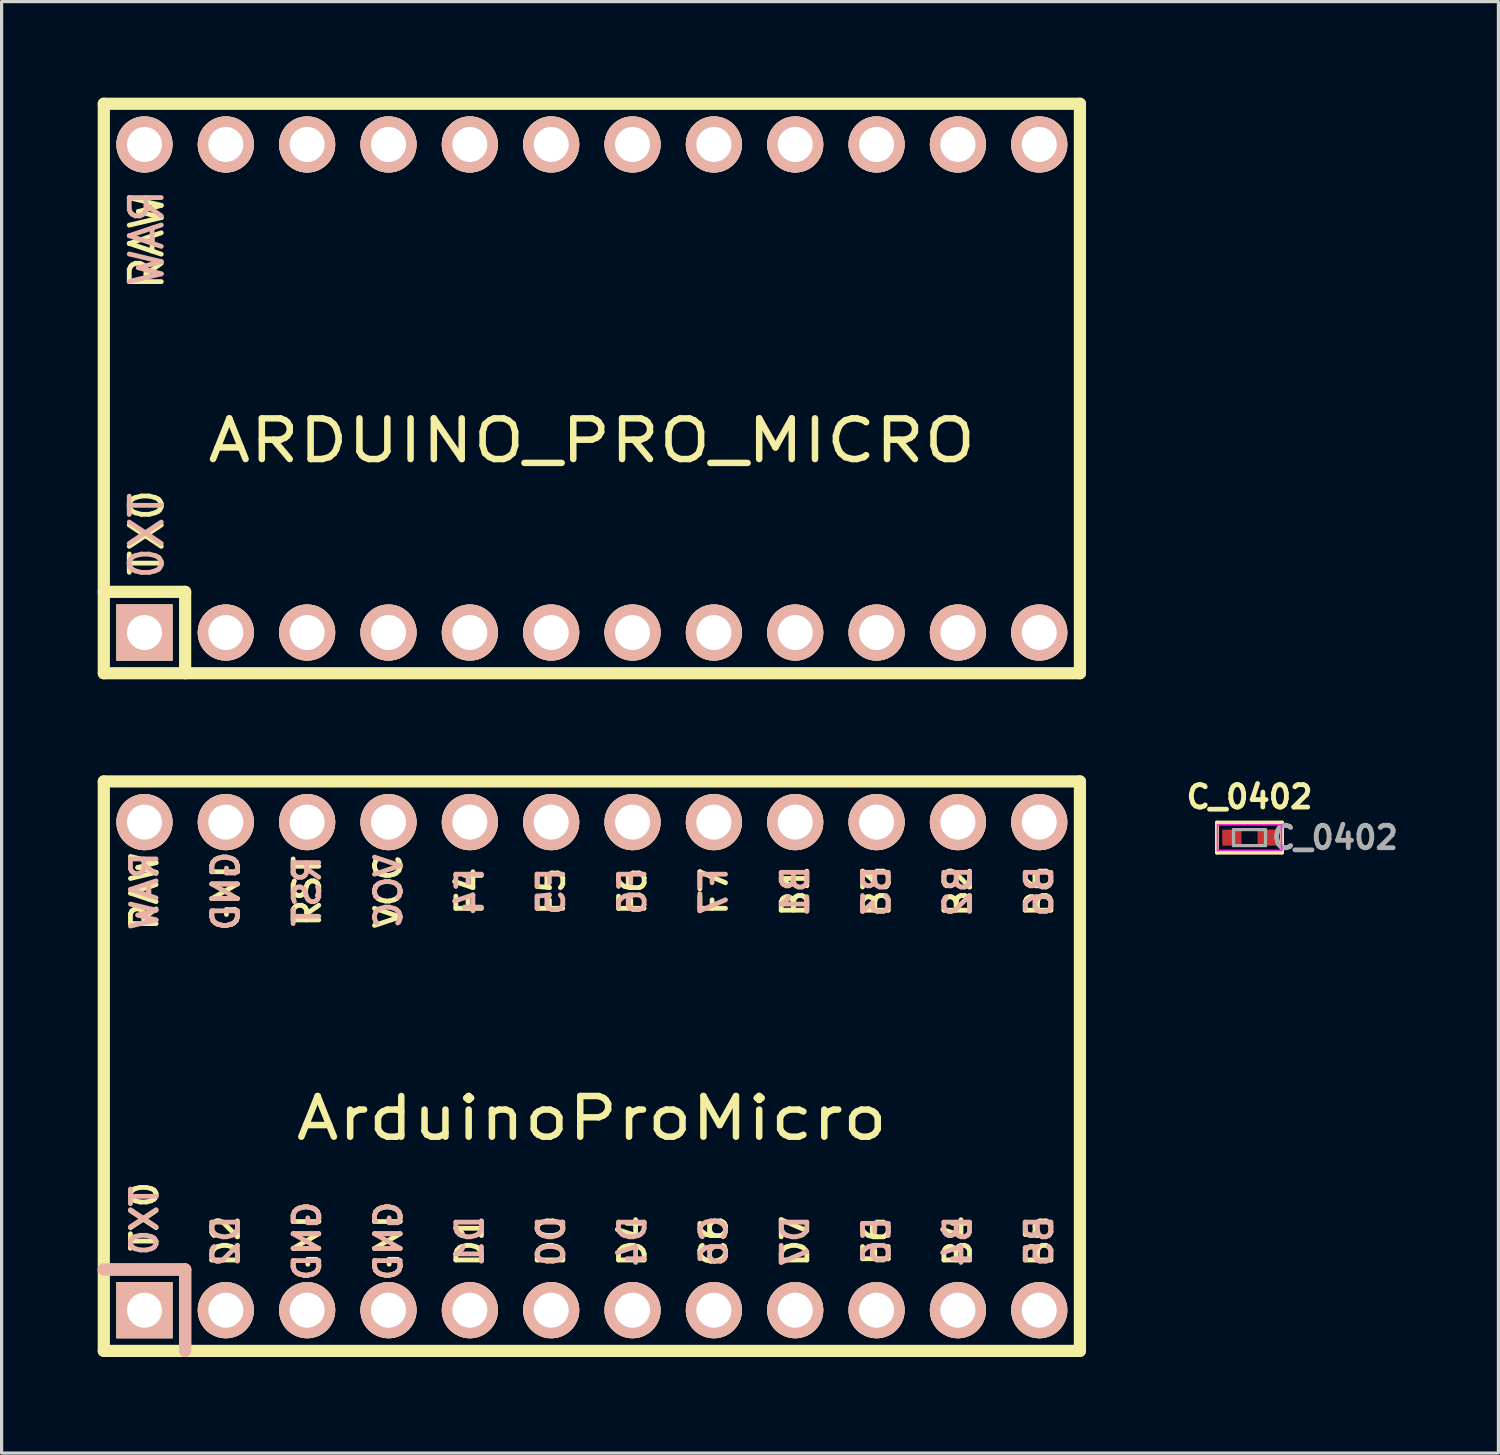
<source format=kicad_pcb>
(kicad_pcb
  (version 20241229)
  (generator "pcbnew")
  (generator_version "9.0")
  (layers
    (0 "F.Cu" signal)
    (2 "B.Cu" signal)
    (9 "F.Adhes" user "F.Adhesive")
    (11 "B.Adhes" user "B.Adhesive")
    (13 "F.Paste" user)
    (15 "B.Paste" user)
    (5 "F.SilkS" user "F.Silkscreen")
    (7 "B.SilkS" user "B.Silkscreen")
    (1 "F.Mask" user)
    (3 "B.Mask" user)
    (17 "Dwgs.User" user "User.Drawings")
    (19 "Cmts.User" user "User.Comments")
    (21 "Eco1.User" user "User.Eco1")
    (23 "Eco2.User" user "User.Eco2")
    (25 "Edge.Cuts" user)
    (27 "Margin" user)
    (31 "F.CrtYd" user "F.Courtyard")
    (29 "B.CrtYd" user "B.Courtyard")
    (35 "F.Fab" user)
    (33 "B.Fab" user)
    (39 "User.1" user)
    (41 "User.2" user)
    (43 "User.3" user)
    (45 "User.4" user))
  (footprint "ARDUINO_PRO_MICRO"
    (layer "F.Cu")
    (at 15.431 9.081)
    (property "Reference" "ARDUINO_PRO_MICRO" (at 0 1.625 0) (layer "F.SilkS") (effects (font (size 1.27 1.524) (thickness 0.203))))
    (attr through_hole)
    (fp_line (start -15.24 -8.89) (end -15.24 8.89) (stroke (width 0.381) (type solid)) (layer "F.SilkS"))
    (fp_line (start -15.24 6.35) (end -12.7 6.35) (stroke (width 0.381) (type solid)) (layer "F.SilkS"))
    (fp_line (start -15.24 8.89) (end 15.24 8.89) (stroke (width 0.381) (type solid)) (layer "F.SilkS"))
    (fp_line (start -12.7 6.35) (end -12.7 8.89) (stroke (width 0.381) (type solid)) (layer "F.SilkS"))
    (fp_line (start 15.24 -8.89) (end -15.24 -8.89) (stroke (width 0.381) (type solid)) (layer "F.SilkS"))
    (fp_line (start 15.24 8.89) (end 15.24 -8.89) (stroke (width 0.381) (type solid)) (layer "F.SilkS"))
    (fp_text user "RAW" (at -13.9 -4.6 90) (layer "F.SilkS") (effects (font (size 1 1) (thickness 0.15))))
    (fp_text user "TX0" (at -13.9 4.5 90) (layer "F.SilkS") (effects (font (size 1 1) (thickness 0.15))))
    (fp_text user "RAW" (at -13.9 -4.7 90) (layer "B.SilkS") (effects (font (size 1 1) (thickness 0.15)) (justify mirror)))
    (fp_text user "TX0" (at -13.9 4.6 90) (layer "B.SilkS") (effects (font (size 1 1) (thickness 0.15)) (justify mirror)))
    (pad "1" thru_hole rect (at -13.97 7.62) (size 1.753 1.753) (drill 1.092) (layers "*.Cu" "*.SilkS" "*.Mask"))
    (pad "2" thru_hole circle (at -11.43 7.62) (size 1.753 1.753) (drill 1.092) (layers "*.Cu" "*.SilkS" "*.Mask"))
    (pad "3" thru_hole circle (at -8.89 7.62) (size 1.753 1.753) (drill 1.092) (layers "*.Cu" "*.SilkS" "*.Mask"))
    (pad "4" thru_hole circle (at -6.35 7.62) (size 1.753 1.753) (drill 1.092) (layers "*.Cu" "*.SilkS" "*.Mask"))
    (pad "5" thru_hole circle (at -3.81 7.62) (size 1.753 1.753) (drill 1.092) (layers "*.Cu" "*.SilkS" "*.Mask"))
    (pad "6" thru_hole circle (at -1.27 7.62) (size 1.753 1.753) (drill 1.092) (layers "*.Cu" "*.SilkS" "*.Mask"))
    (pad "7" thru_hole circle (at 1.27 7.62) (size 1.753 1.753) (drill 1.092) (layers "*.Cu" "*.SilkS" "*.Mask"))
    (pad "8" thru_hole circle (at 3.81 7.62) (size 1.753 1.753) (drill 1.092) (layers "*.Cu" "*.SilkS" "*.Mask"))
    (pad "9" thru_hole circle (at 6.35 7.62) (size 1.753 1.753) (drill 1.092) (layers "*.Cu" "*.SilkS" "*.Mask"))
    (pad "10" thru_hole circle (at 8.89 7.62) (size 1.753 1.753) (drill 1.092) (layers "*.Cu" "*.SilkS" "*.Mask"))
    (pad "11" thru_hole circle (at 11.43 7.62) (size 1.753 1.753) (drill 1.092) (layers "*.Cu" "*.SilkS" "*.Mask"))
    (pad "12" thru_hole circle (at 13.97 7.62) (size 1.753 1.753) (drill 1.092) (layers "*.Cu" "*.SilkS" "*.Mask"))
    (pad "13" thru_hole circle (at 13.97 -7.62) (size 1.753 1.753) (drill 1.092) (layers "*.Cu" "*.SilkS" "*.Mask"))
    (pad "14" thru_hole circle (at 11.43 -7.62) (size 1.753 1.753) (drill 1.092) (layers "*.Cu" "*.SilkS" "*.Mask"))
    (pad "15" thru_hole circle (at 8.89 -7.62) (size 1.753 1.753) (drill 1.092) (layers "*.Cu" "*.SilkS" "*.Mask"))
    (pad "16" thru_hole circle (at 6.35 -7.62) (size 1.753 1.753) (drill 1.092) (layers "*.Cu" "*.SilkS" "*.Mask"))
    (pad "17" thru_hole circle (at 3.81 -7.62) (size 1.753 1.753) (drill 1.092) (layers "*.Cu" "*.SilkS" "*.Mask"))
    (pad "18" thru_hole circle (at 1.27 -7.62) (size 1.753 1.753) (drill 1.092) (layers "*.Cu" "*.SilkS" "*.Mask"))
    (pad "19" thru_hole circle (at -1.27 -7.62) (size 1.753 1.753) (drill 1.092) (layers "*.Cu" "*.SilkS" "*.Mask"))
    (pad "20" thru_hole circle (at -3.81 -7.62) (size 1.753 1.753) (drill 1.092) (layers "*.Cu" "*.SilkS" "*.Mask"))
    (pad "21" thru_hole circle (at -6.35 -7.62) (size 1.753 1.753) (drill 1.092) (layers "*.Cu" "*.SilkS" "*.Mask"))
    (pad "22" thru_hole circle (at -8.89 -7.62) (size 1.753 1.753) (drill 1.092) (layers "*.Cu" "*.SilkS" "*.Mask"))
    (pad "23" thru_hole circle (at -11.43 -7.62) (size 1.753 1.753) (drill 1.092) (layers "*.Cu" "*.SilkS" "*.Mask"))
    (pad "24" thru_hole circle (at -13.97 -7.62) (size 1.753 1.753) (drill 1.092) (layers "*.Cu" "*.SilkS" "*.Mask")))
  (footprint "C_0402"
    (layer "F.Cu")
    (at 35.966 23.104)
    (property "Reference" "C_0402" (at 0 -1.27 0) (layer "F.SilkS") (effects (font (size 0.7 0.7) (thickness 0.15))))
    (attr smd)
    (fp_line (start -1.016 -0.47) (end -1.016 0.47) (stroke (width 0.12) (type solid)) (layer "F.SilkS"))
    (fp_line (start -1.016 0.47) (end 1.016 0.47) (stroke (width 0.12) (type solid)) (layer "F.SilkS"))
    (fp_line (start 1.016 -0.47) (end -1.016 -0.47) (stroke (width 0.12) (type solid)) (layer "F.SilkS"))
    (fp_line (start 1.016 -0.47) (end 1.016 0.47) (stroke (width 0.12) (type solid)) (layer "F.SilkS"))
    (fp_line (start -1 -0.4) (end -1 0.4) (stroke (width 0.05) (type solid)) (layer "F.CrtYd"))
    (fp_line (start -1 -0.4) (end 1 -0.4) (stroke (width 0.05) (type solid)) (layer "F.CrtYd"))
    (fp_line (start 1 0.4) (end -1 0.4) (stroke (width 0.05) (type solid)) (layer "F.CrtYd"))
    (fp_line (start 1 0.4) (end 1 -0.4) (stroke (width 0.05) (type solid)) (layer "F.CrtYd"))
    (fp_line (start -0.5 -0.25) (end 0.5 -0.25) (stroke (width 0.1) (type solid)) (layer "F.Fab"))
    (fp_line (start -0.5 0.25) (end -0.5 -0.25) (stroke (width 0.1) (type solid)) (layer "F.Fab"))
    (fp_line (start 0.5 -0.25) (end 0.5 0.25) (stroke (width 0.1) (type solid)) (layer "F.Fab"))
    (fp_line (start 0.5 0.25) (end -0.5 0.25) (stroke (width 0.1) (type solid)) (layer "F.Fab"))
    (fp_text user "${REFERENCE}" (at 2.667 0 0) (layer "F.Fab") (effects (font (size 0.7 0.7) (thickness 0.15))))
    (pad "1" smd rect (at -0.55 0) (size 0.6 0.5) (layers "F.Cu" "F.Mask" "F.Paste"))
    (pad "2" smd rect (at 0.55 0) (size 0.6 0.5) (layers "F.Cu" "F.Mask" "F.Paste")))
  (footprint "ArduinoProMicro"
    (layer "F.Cu")
    (at 15.431 30.241)
    (property "Reference" "ArduinoProMicro" (at 0 1.625 0) (layer "F.SilkS") (effects (font (size 1.27 1.524) (thickness 0.203))))
    (attr through_hole)
    (fp_line (start -15.24 -8.89) (end -15.24 8.89) (stroke (width 0.381) (type solid)) (layer "F.SilkS"))
    (fp_line (start -15.24 6.35) (end -12.7 6.35) (stroke (width 0.381) (type solid)) (layer "F.SilkS"))
    (fp_line (start -15.24 8.89) (end 15.24 8.89) (stroke (width 0.381) (type solid)) (layer "F.SilkS"))
    (fp_line (start -12.7 6.35) (end -12.7 8.89) (stroke (width 0.381) (type solid)) (layer "F.SilkS"))
    (fp_line (start 15.24 -8.89) (end -15.24 -8.89) (stroke (width 0.381) (type solid)) (layer "F.SilkS"))
    (fp_line (start 15.24 8.89) (end 15.24 -8.89) (stroke (width 0.381) (type solid)) (layer "F.SilkS"))
    (fp_line (start -15.24 6.35) (end -12.7 6.35) (stroke (width 0.381) (type solid)) (layer "B.SilkS"))
    (fp_line (start -12.7 6.35) (end -12.7 8.89) (stroke (width 0.381) (type solid)) (layer "B.SilkS"))
    (fp_text user "D2" (at -11.43 5.461 90) (layer "F.SilkS") (effects (font (size 0.8 0.8) (thickness 0.15))))
    (fp_text user "D1" (at -3.81 5.461 90) (layer "F.SilkS") (effects (font (size 0.8 0.8) (thickness 0.15))))
    (fp_text user "B6" (at 13.97 -5.461 90) (layer "F.SilkS") (effects (font (size 0.8 0.8) (thickness 0.15))))
    (fp_text user "TX0" (at -13.97 4.699 90) (layer "F.SilkS") (effects (font (size 0.8 0.8) (thickness 0.15))))
    (fp_text user "D0" (at -1.27 5.461 90) (layer "F.SilkS") (effects (font (size 0.8 0.8) (thickness 0.15))))
    (fp_text user "F6" (at 1.27 -5.461 90) (layer "F.SilkS") (effects (font (size 0.8 0.8) (thickness 0.15))))
    (fp_text user "B2" (at 11.43 -5.461 90) (layer "F.SilkS") (effects (font (size 0.8 0.8) (thickness 0.15))))
    (fp_text user "C6" (at 3.81 5.461 90) (layer "F.SilkS") (effects (font (size 0.8 0.8) (thickness 0.15))))
    (fp_text user "GND" (at -8.89 5.461 90) (layer "F.SilkS") (effects (font (size 0.8 0.8) (thickness 0.15))))
    (fp_text user "B4" (at 11.43 5.461 90) (layer "F.SilkS") (effects (font (size 0.8 0.8) (thickness 0.15))))
    (fp_text user "VCC" (at -6.35 -5.461 90) (layer "F.SilkS") (effects (font (size 0.8 0.8) (thickness 0.15))))
    (fp_text user "GND" (at -11.43 -5.461 90) (layer "F.SilkS") (effects (font (size 0.8 0.8) (thickness 0.15))))
    (fp_text user "RST" (at -8.89 -5.461 90) (layer "F.SilkS") (effects (font (size 0.8 0.8) (thickness 0.15))))
    (fp_text user "F4" (at -3.81 -5.461 90) (layer "F.SilkS") (effects (font (size 0.8 0.8) (thickness 0.15))))
    (fp_text user "F5" (at -1.27 -5.461 90) (layer "F.SilkS") (effects (font (size 0.8 0.8) (thickness 0.15))))
    (fp_text user "B5" (at 13.97 5.461 90) (layer "F.SilkS") (effects (font (size 0.8 0.8) (thickness 0.15))))
    (fp_text user "B3" (at 8.89 -5.461 90) (layer "F.SilkS") (effects (font (size 0.8 0.8) (thickness 0.15))))
    (fp_text user "D7" (at 6.35 5.461 90) (layer "F.SilkS") (effects (font (size 0.8 0.8) (thickness 0.15))))
    (fp_text user "D4" (at 1.27 5.461 90) (layer "F.SilkS") (effects (font (size 0.8 0.8) (thickness 0.15))))
    (fp_text user "RAW" (at -13.97 -5.461 90) (layer "F.SilkS") (effects (font (size 0.8 0.8) (thickness 0.15))))
    (fp_text user "F7" (at 3.81 -5.461 90) (layer "F.SilkS") (effects (font (size 0.8 0.8) (thickness 0.15))))
    (fp_text user "GND" (at -6.35 5.461 90) (layer "F.SilkS") (effects (font (size 0.8 0.8) (thickness 0.15))))
    (fp_text user "E6" (at 8.89 5.461 90) (layer "F.SilkS") (effects (font (size 0.8 0.8) (thickness 0.15))))
    (fp_text user "B1" (at 6.35 -5.461 90) (layer "F.SilkS") (effects (font (size 0.8 0.8) (thickness 0.15))))
    (fp_text user "B3" (at 8.89 -5.461 90) (layer "B.SilkS") (effects (font (size 0.8 0.8) (thickness 0.15)) (justify mirror)))
    (fp_text user "RAW" (at -13.97 -5.461 90) (layer "B.SilkS") (effects (font (size 0.8 0.8) (thickness 0.15)) (justify mirror)))
    (fp_text user "F6" (at 1.27 -5.461 90) (layer "B.SilkS") (effects (font (size 0.8 0.8) (thickness 0.15)) (justify mirror)))
    (fp_text user "D2" (at -11.43 5.461 90) (layer "B.SilkS") (effects (font (size 0.8 0.8) (thickness 0.15)) (justify mirror)))
    (fp_text user "E6" (at 8.89 5.461 90) (layer "B.SilkS") (effects (font (size 0.8 0.8) (thickness 0.15)) (justify mirror)))
    (fp_text user "VCC" (at -6.35 -5.461 90) (layer "B.SilkS") (effects (font (size 0.8 0.8) (thickness 0.15)) (justify mirror)))
    (fp_text user "GND" (at -6.35 5.461 90) (layer "B.SilkS") (effects (font (size 0.8 0.8) (thickness 0.15)) (justify mirror)))
    (fp_text user "B6" (at 13.97 -5.461 90) (layer "B.SilkS") (effects (font (size 0.8 0.8) (thickness 0.15)) (justify mirror)))
    (fp_text user "RST" (at -8.89 -5.461 90) (layer "B.SilkS") (effects (font (size 0.8 0.8) (thickness 0.15)) (justify mirror)))
    (fp_text user "C6" (at 3.81 5.461 90) (layer "B.SilkS") (effects (font (size 0.8 0.8) (thickness 0.15)) (justify mirror)))
    (fp_text user "F7" (at 3.81 -5.461 90) (layer "B.SilkS") (effects (font (size 0.8 0.8) (thickness 0.15)) (justify mirror)))
    (fp_text user "F5" (at -1.27 -5.461 90) (layer "B.SilkS") (effects (font (size 0.8 0.8) (thickness 0.15)) (justify mirror)))
    (fp_text user "GND" (at -11.43 -5.461 90) (layer "B.SilkS") (effects (font (size 0.8 0.8) (thickness 0.15)) (justify mirror)))
    (fp_text user "D1" (at -3.81 5.461 90) (layer "B.SilkS") (effects (font (size 0.8 0.8) (thickness 0.15)) (justify mirror)))
    (fp_text user "D4" (at 1.27 5.461 90) (layer "B.SilkS") (effects (font (size 0.8 0.8) (thickness 0.15)) (justify mirror)))
    (fp_text user "TX0" (at -13.97 4.826 90) (layer "B.SilkS") (effects (font (size 0.8 0.8) (thickness 0.15)) (justify mirror)))
    (fp_text user "B5" (at 13.97 5.461 90) (layer "B.SilkS") (effects (font (size 0.8 0.8) (thickness 0.15)) (justify mirror)))
    (fp_text user "D7" (at 6.35 5.461 90) (layer "B.SilkS") (effects (font (size 0.8 0.8) (thickness 0.15)) (justify mirror)))
    (fp_text user "F4" (at -3.81 -5.461 90) (layer "B.SilkS") (effects (font (size 0.8 0.8) (thickness 0.15)) (justify mirror)))
    (fp_text user "B2" (at 11.43 -5.461 90) (layer "B.SilkS") (effects (font (size 0.8 0.8) (thickness 0.15)) (justify mirror)))
    (fp_text user "GND" (at -8.89 5.461 90) (layer "B.SilkS") (effects (font (size 0.8 0.8) (thickness 0.15)) (justify mirror)))
    (fp_text user "D0" (at -1.27 5.461 90) (layer "B.SilkS") (effects (font (size 0.8 0.8) (thickness 0.15)) (justify mirror)))
    (fp_text user "B4" (at 11.43 5.461 90) (layer "B.SilkS") (effects (font (size 0.8 0.8) (thickness 0.15)) (justify mirror)))
    (fp_text user "B1" (at 6.35 -5.461 90) (layer "B.SilkS") (effects (font (size 0.8 0.8) (thickness 0.15)) (justify mirror)))
    (pad "1" thru_hole rect (at -13.97 7.62) (size 1.753 1.753) (drill 1.092) (layers "*.Cu" "*.SilkS" "*.Mask"))
    (pad "2" thru_hole circle (at -11.43 7.62) (size 1.753 1.753) (drill 1.092) (layers "*.Cu" "*.SilkS" "*.Mask"))
    (pad "3" thru_hole circle (at -8.89 7.62) (size 1.753 1.753) (drill 1.092) (layers "*.Cu" "*.SilkS" "*.Mask"))
    (pad "4" thru_hole circle (at -6.35 7.62) (size 1.753 1.753) (drill 1.092) (layers "*.Cu" "*.SilkS" "*.Mask"))
    (pad "5" thru_hole circle (at -3.81 7.62) (size 1.753 1.753) (drill 1.092) (layers "*.Cu" "*.SilkS" "*.Mask"))
    (pad "6" thru_hole circle (at -1.27 7.62) (size 1.753 1.753) (drill 1.092) (layers "*.Cu" "*.SilkS" "*.Mask"))
    (pad "7" thru_hole circle (at 1.27 7.62) (size 1.753 1.753) (drill 1.092) (layers "*.Cu" "*.SilkS" "*.Mask"))
    (pad "8" thru_hole circle (at 3.81 7.62) (size 1.753 1.753) (drill 1.092) (layers "*.Cu" "*.SilkS" "*.Mask"))
    (pad "9" thru_hole circle (at 6.35 7.62) (size 1.753 1.753) (drill 1.092) (layers "*.Cu" "*.SilkS" "*.Mask"))
    (pad "10" thru_hole circle (at 8.89 7.62) (size 1.753 1.753) (drill 1.092) (layers "*.Cu" "*.SilkS" "*.Mask"))
    (pad "11" thru_hole circle (at 11.43 7.62) (size 1.753 1.753) (drill 1.092) (layers "*.Cu" "*.SilkS" "*.Mask"))
    (pad "12" thru_hole circle (at 13.97 7.62) (size 1.753 1.753) (drill 1.092) (layers "*.Cu" "*.SilkS" "*.Mask"))
    (pad "13" thru_hole circle (at 13.97 -7.62) (size 1.753 1.753) (drill 1.092) (layers "*.Cu" "*.SilkS" "*.Mask"))
    (pad "14" thru_hole circle (at 11.43 -7.62) (size 1.753 1.753) (drill 1.092) (layers "*.Cu" "*.SilkS" "*.Mask"))
    (pad "15" thru_hole circle (at 8.89 -7.62) (size 1.753 1.753) (drill 1.092) (layers "*.Cu" "*.SilkS" "*.Mask"))
    (pad "16" thru_hole circle (at 6.35 -7.62) (size 1.753 1.753) (drill 1.092) (layers "*.Cu" "*.SilkS" "*.Mask"))
    (pad "17" thru_hole circle (at 3.81 -7.62) (size 1.753 1.753) (drill 1.092) (layers "*.Cu" "*.SilkS" "*.Mask"))
    (pad "18" thru_hole circle (at 1.27 -7.62) (size 1.753 1.753) (drill 1.092) (layers "*.Cu" "*.SilkS" "*.Mask"))
    (pad "19" thru_hole circle (at -1.27 -7.62) (size 1.753 1.753) (drill 1.092) (layers "*.Cu" "*.SilkS" "*.Mask"))
    (pad "20" thru_hole circle (at -3.81 -7.62) (size 1.753 1.753) (drill 1.092) (layers "*.Cu" "*.SilkS" "*.Mask"))
    (pad "21" thru_hole circle (at -6.35 -7.62) (size 1.753 1.753) (drill 1.092) (layers "*.Cu" "*.SilkS" "*.Mask"))
    (pad "22" thru_hole circle (at -8.89 -7.62) (size 1.753 1.753) (drill 1.092) (layers "*.Cu" "*.SilkS" "*.Mask"))
    (pad "23" thru_hole circle (at -11.43 -7.62) (size 1.753 1.753) (drill 1.092) (layers "*.Cu" "*.SilkS" "*.Mask"))
    (pad "24" thru_hole circle (at -13.97 -7.62) (size 1.753 1.753) (drill 1.092) (layers "*.Cu" "*.SilkS" "*.Mask")))
  (gr_rect
    (start -3 -3)
    (end 43.738 42.322)
    (stroke (width 0.1) (type default))
    (fill no)
    (layer "Edge.Cuts")))
</source>
